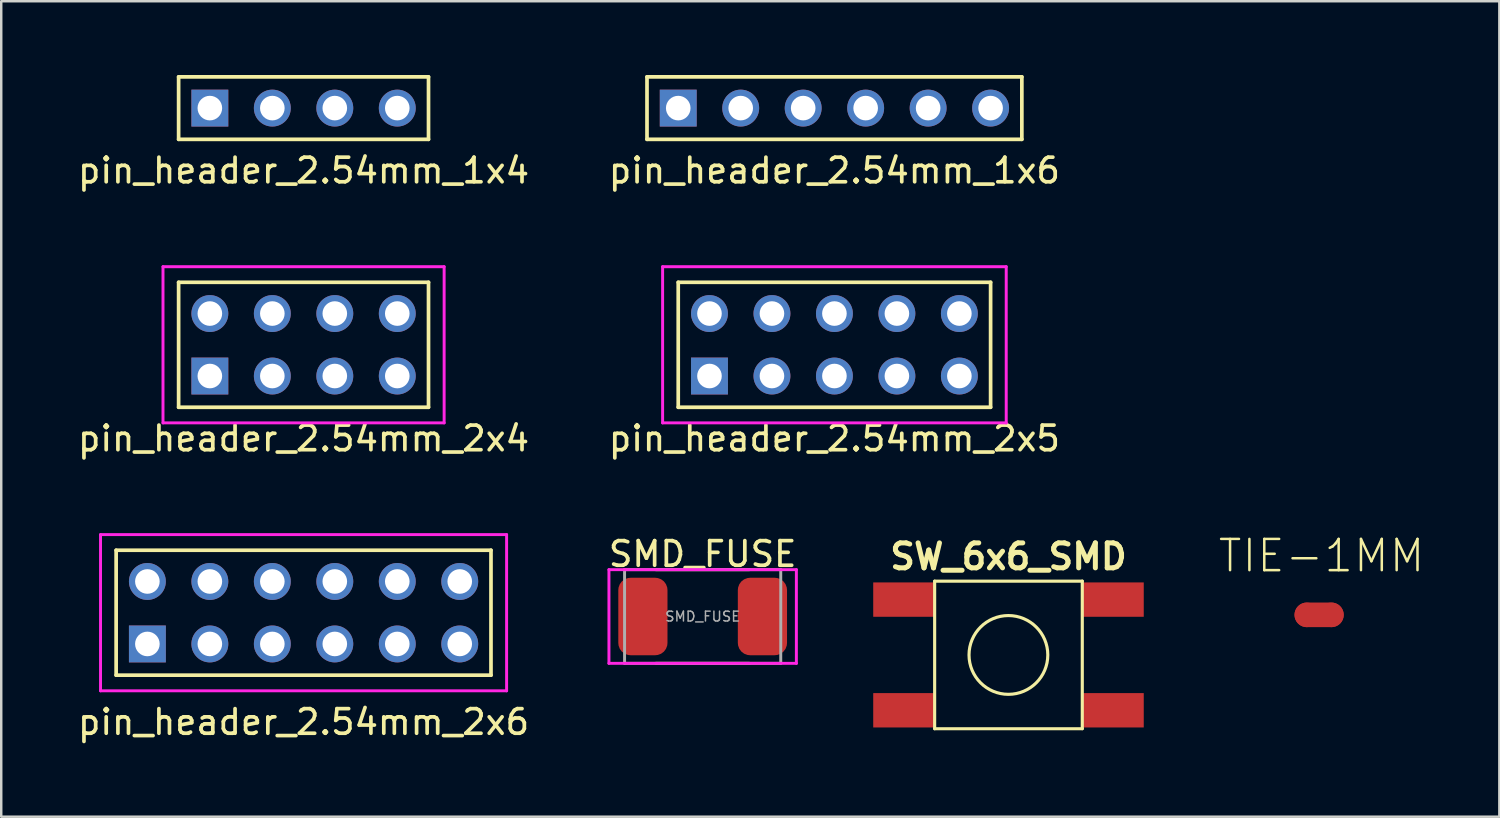
<source format=kicad_pcb>
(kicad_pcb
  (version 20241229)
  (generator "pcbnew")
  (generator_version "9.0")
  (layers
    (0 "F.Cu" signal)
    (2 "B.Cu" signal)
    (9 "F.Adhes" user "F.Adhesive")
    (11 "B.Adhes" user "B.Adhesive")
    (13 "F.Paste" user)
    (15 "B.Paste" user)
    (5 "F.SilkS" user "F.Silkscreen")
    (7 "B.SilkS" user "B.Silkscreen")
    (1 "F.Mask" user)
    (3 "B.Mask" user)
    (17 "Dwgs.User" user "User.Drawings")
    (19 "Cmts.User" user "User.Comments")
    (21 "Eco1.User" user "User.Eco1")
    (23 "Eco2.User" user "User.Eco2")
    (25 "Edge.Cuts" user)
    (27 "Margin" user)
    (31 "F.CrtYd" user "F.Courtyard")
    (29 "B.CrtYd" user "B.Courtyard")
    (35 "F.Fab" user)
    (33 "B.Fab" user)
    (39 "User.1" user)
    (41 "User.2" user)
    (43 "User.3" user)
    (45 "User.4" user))
  (footprint "SMD_FUSE"
    (layer "F.Cu")
    (at 25.518 22.015)
    (property "Reference" "SMD_FUSE" (at 0 -2.54 0) (layer "F.SilkS") (effects (font (size 1 1) (thickness 0.15))))
    (attr smd)
    (fp_line (start -1.905 1.905) (end 1.905 1.905) (stroke (width 0.12) (type solid)) (layer "F.SilkS"))
    (fp_line (start 1.905 -1.905) (end -1.905 -1.905) (stroke (width 0.12) (type solid)) (layer "F.SilkS"))
    (fp_line (start -3.81 -1.905) (end -3.81 1.905) (stroke (width 0.12) (type solid)) (layer "F.CrtYd"))
    (fp_line (start -3.81 1.905) (end 3.81 1.905) (stroke (width 0.12) (type solid)) (layer "F.CrtYd"))
    (fp_line (start -3.175 -1.905) (end -3.81 -1.905) (stroke (width 0.12) (type solid)) (layer "F.CrtYd"))
    (fp_line (start 3.81 -1.905) (end -3.175 -1.905) (stroke (width 0.12) (type solid)) (layer "F.CrtYd"))
    (fp_line (start 3.81 1.905) (end 3.81 -1.905) (stroke (width 0.12) (type solid)) (layer "F.CrtYd"))
    (fp_line (start -3.175 -1.905) (end 3.175 -1.905) (stroke (width 0.12) (type solid)) (layer "F.Fab"))
    (fp_line (start -3.175 1.905) (end -3.175 -1.905) (stroke (width 0.12) (type solid)) (layer "F.Fab"))
    (fp_line (start 3.175 -1.905) (end 3.175 1.905) (stroke (width 0.12) (type solid)) (layer "F.Fab"))
    (fp_line (start 3.175 1.905) (end -3.175 1.905) (stroke (width 0.12) (type solid)) (layer "F.Fab"))
    (fp_text user "${REFERENCE}" (at 0 0 0) (layer "F.Fab") (effects (font (size 0.4 0.4) (thickness 0.06))))
    (pad "1" smd roundrect (at -2.43 0) (size 2 3.15) (layers "F.Cu" "F.Mask" "F.Paste") (roundrect_rratio 0.25))
    (pad "2" smd roundrect (at 2.43 0) (size 2 3.15) (layers "F.Cu" "F.Mask" "F.Paste") (roundrect_rratio 0.25)))
  (footprint "SW_6x6_SMD"
    (layer "F.Cu")
    (at 37.952 23.578)
    (property "Reference" "SW_6x6_SMD" (at 0 -4 0) (layer "F.SilkS") (effects (font (size 1.016 1.016) (thickness 0.203))))
    (attr through_hole)
    (fp_line (start -3.002 -3) (end -3.002 3) (stroke (width 0.127) (type solid)) (layer "F.SilkS"))
    (fp_line (start -3 3) (end 3 3) (stroke (width 0.127) (type solid)) (layer "F.SilkS"))
    (fp_line (start 3 -3) (end -3 -3) (stroke (width 0.127) (type solid)) (layer "F.SilkS"))
    (fp_line (start 3 2.997) (end 3 -3.002) (stroke (width 0.127) (type solid)) (layer "F.SilkS"))
    (fp_circle (center -0.003 0) (end 0.998 1.25) (stroke (width 0.127) (type solid)) (fill no) (layer "F.SilkS"))
    (pad "1" smd rect (at -4.25 -2.25) (size 2.499 1.397) (layers "F.Cu" "F.Mask" "F.Paste"))
    (pad "1" smd rect (at 4.25 -2.25) (size 2.499 1.397) (layers "F.Cu" "F.Mask" "F.Paste"))
    (pad "2" smd rect (at -4.25 2.25) (size 2.499 1.397) (layers "F.Cu" "F.Mask" "F.Paste"))
    (pad "2" smd rect (at 4.25 2.25) (size 2.499 1.397) (layers "F.Cu" "F.Mask" "F.Paste")))
  (footprint "pin_header_2.54mm_2x6"
    (layer "F.Cu")
    (at 9.292 21.861)
    (property "Reference" "pin_header_2.54mm_2x6" (at 0 4.445 0) (layer "F.SilkS") (effects (font (size 1 1) (thickness 0.15))))
    (attr through_hole)
    (fp_line (start -7.62 -2.54) (end -7.62 2.54) (stroke (width 0.15) (type solid)) (layer "F.SilkS"))
    (fp_line (start -7.62 2.54) (end 7.62 2.54) (stroke (width 0.15) (type solid)) (layer "F.SilkS"))
    (fp_line (start 7.62 -2.54) (end -7.62 -2.54) (stroke (width 0.15) (type solid)) (layer "F.SilkS"))
    (fp_line (start 7.62 2.54) (end 7.62 -2.54) (stroke (width 0.15) (type solid)) (layer "F.SilkS"))
    (fp_line (start -8.255 -3.175) (end -8.255 3.175) (stroke (width 0.12) (type solid)) (layer "F.CrtYd"))
    (fp_line (start -8.255 3.175) (end 8.255 3.175) (stroke (width 0.12) (type solid)) (layer "F.CrtYd"))
    (fp_line (start 8.255 -3.175) (end -8.255 -3.175) (stroke (width 0.12) (type solid)) (layer "F.CrtYd"))
    (fp_line (start 8.255 3.175) (end 8.255 -3.175) (stroke (width 0.12) (type solid)) (layer "F.CrtYd"))
    (pad "1" thru_hole rect (at -6.35 1.27) (size 1.5 1.5) (drill 1) (layers "*.Cu" "*.Mask"))
    (pad "2" thru_hole circle (at -6.35 -1.27) (size 1.5 1.5) (drill 1) (layers "*.Cu" "*.Mask"))
    (pad "3" thru_hole circle (at -3.81 1.27) (size 1.5 1.5) (drill 1) (layers "*.Cu" "*.Mask"))
    (pad "4" thru_hole circle (at -3.81 -1.27) (size 1.5 1.5) (drill 1) (layers "*.Cu" "*.Mask"))
    (pad "5" thru_hole circle (at -1.27 1.27) (size 1.5 1.5) (drill 1) (layers "*.Cu" "*.Mask"))
    (pad "6" thru_hole circle (at -1.27 -1.27) (size 1.5 1.5) (drill 1) (layers "*.Cu" "*.Mask"))
    (pad "7" thru_hole circle (at 1.27 1.27) (size 1.5 1.5) (drill 1) (layers "*.Cu" "*.Mask"))
    (pad "8" thru_hole circle (at 1.27 -1.27) (size 1.5 1.5) (drill 1) (layers "*.Cu" "*.Mask"))
    (pad "9" thru_hole circle (at 3.81 1.27) (size 1.5 1.5) (drill 1) (layers "*.Cu" "*.Mask"))
    (pad "10" thru_hole circle (at 3.81 -1.27) (size 1.5 1.5) (drill 1) (layers "*.Cu" "*.Mask"))
    (pad "11" thru_hole circle (at 6.35 1.27) (size 1.5 1.5) (drill 1) (layers "*.Cu" "*.Mask"))
    (pad "12" thru_hole circle (at 6.35 -1.27) (size 1.5 1.5) (drill 1) (layers "*.Cu" "*.Mask")))
  (footprint "pin_header_2.54mm_2x4"
    (layer "F.Cu")
    (at 9.292 10.968)
    (property "Reference" "pin_header_2.54mm_2x4" (at 0 3.81 0) (layer "F.SilkS") (effects (font (size 1 1) (thickness 0.15))))
    (attr through_hole)
    (fp_line (start -5.08 -2.54) (end -5.08 2.54) (stroke (width 0.15) (type solid)) (layer "F.SilkS"))
    (fp_line (start -5.08 2.54) (end 5.08 2.54) (stroke (width 0.15) (type solid)) (layer "F.SilkS"))
    (fp_line (start 5.08 -2.54) (end -5.08 -2.54) (stroke (width 0.15) (type solid)) (layer "F.SilkS"))
    (fp_line (start 5.08 2.54) (end 5.08 -2.54) (stroke (width 0.15) (type solid)) (layer "F.SilkS"))
    (fp_line (start -5.715 -3.175) (end -5.715 3.175) (stroke (width 0.12) (type solid)) (layer "F.CrtYd"))
    (fp_line (start -5.715 3.175) (end 5.715 3.175) (stroke (width 0.12) (type solid)) (layer "F.CrtYd"))
    (fp_line (start 5.715 -3.175) (end -5.715 -3.175) (stroke (width 0.12) (type solid)) (layer "F.CrtYd"))
    (fp_line (start 5.715 3.175) (end 5.715 -3.175) (stroke (width 0.12) (type solid)) (layer "F.CrtYd"))
    (pad "1" thru_hole rect (at -3.81 1.27) (size 1.5 1.5) (drill 1) (layers "*.Cu" "*.Mask"))
    (pad "2" thru_hole circle (at -3.81 -1.27) (size 1.5 1.5) (drill 1) (layers "*.Cu" "*.Mask"))
    (pad "3" thru_hole circle (at -1.27 1.27) (size 1.5 1.5) (drill 1) (layers "*.Cu" "*.Mask"))
    (pad "4" thru_hole circle (at -1.27 -1.27) (size 1.5 1.5) (drill 1) (layers "*.Cu" "*.Mask"))
    (pad "5" thru_hole circle (at 1.27 1.27) (size 1.5 1.5) (drill 1) (layers "*.Cu" "*.Mask"))
    (pad "6" thru_hole circle (at 1.27 -1.27) (size 1.5 1.5) (drill 1) (layers "*.Cu" "*.Mask"))
    (pad "7" thru_hole circle (at 3.81 1.27) (size 1.5 1.5) (drill 1) (layers "*.Cu" "*.Mask"))
    (pad "8" thru_hole circle (at 3.81 -1.27) (size 1.5 1.5) (drill 1) (layers "*.Cu" "*.Mask")))
  (footprint "pin_header_2.54mm_1x4"
    (layer "F.Cu")
    (at 9.292 1.345)
    (property "Reference" "pin_header_2.54mm_1x4" (at 0 2.54 0) (layer "F.SilkS") (effects (font (size 1 1) (thickness 0.15))))
    (attr through_hole)
    (fp_line (start -5.08 -1.27) (end -5.08 1.27) (stroke (width 0.15) (type solid)) (layer "F.SilkS"))
    (fp_line (start -5.08 1.27) (end 5.08 1.27) (stroke (width 0.15) (type solid)) (layer "F.SilkS"))
    (fp_line (start 5.08 -1.27) (end -5.08 -1.27) (stroke (width 0.15) (type solid)) (layer "F.SilkS"))
    (fp_line (start 5.08 1.27) (end 5.08 -1.27) (stroke (width 0.15) (type solid)) (layer "F.SilkS"))
    (pad "1" thru_hole rect (at -3.81 0) (size 1.5 1.5) (drill 1) (layers "*.Cu" "*.Mask"))
    (pad "2" thru_hole circle (at -1.27 0) (size 1.5 1.5) (drill 1) (layers "*.Cu" "*.Mask"))
    (pad "3" thru_hole circle (at 1.27 0) (size 1.5 1.5) (drill 1) (layers "*.Cu" "*.Mask"))
    (pad "4" thru_hole circle (at 3.81 0) (size 1.5 1.5) (drill 1) (layers "*.Cu" "*.Mask")))
  (footprint "pin_header_2.54mm_1x6"
    (layer "F.Cu")
    (at 30.875 1.345)
    (property "Reference" "pin_header_2.54mm_1x6" (at 0 2.54 0) (layer "F.SilkS") (effects (font (size 1 1) (thickness 0.15))))
    (attr through_hole)
    (fp_line (start -7.62 -1.27) (end -7.62 1.27) (stroke (width 0.15) (type solid)) (layer "F.SilkS"))
    (fp_line (start -7.62 1.27) (end 7.62 1.27) (stroke (width 0.15) (type solid)) (layer "F.SilkS"))
    (fp_line (start 7.62 -1.27) (end -7.62 -1.27) (stroke (width 0.15) (type solid)) (layer "F.SilkS"))
    (fp_line (start 7.62 1.27) (end 7.62 -1.27) (stroke (width 0.15) (type solid)) (layer "F.SilkS"))
    (pad "1" thru_hole rect (at -6.35 0) (size 1.5 1.5) (drill 1) (layers "*.Cu" "*.Mask"))
    (pad "2" thru_hole circle (at -3.81 0) (size 1.5 1.5) (drill 1) (layers "*.Cu" "*.Mask"))
    (pad "3" thru_hole circle (at -1.27 0) (size 1.5 1.5) (drill 1) (layers "*.Cu" "*.Mask"))
    (pad "4" thru_hole circle (at 1.27 0) (size 1.5 1.5) (drill 1) (layers "*.Cu" "*.Mask"))
    (pad "5" thru_hole circle (at 3.81 0) (size 1.5 1.5) (drill 1) (layers "*.Cu" "*.Mask"))
    (pad "6" thru_hole circle (at 6.35 0) (size 1.5 1.5) (drill 1) (layers "*.Cu" "*.Mask")))
  (footprint "TIE-1MM"
    (layer "F.Cu")
    (at 50.581 21.948)
    (property "Reference" "TIE-1MM" (at 0.099 -2.4 0) (layer "F.SilkS") (effects (font (size 1.27 1.27) (thickness 0.102))))
    (attr through_hole)
    (fp_line (start -0.5 0) (end 0.5 0) (stroke (width 1) (type solid)) (layer "F.Cu"))
    (pad "1" connect circle (at -0.5 0) (size 1 1) (layers "F.Cu"))
    (pad "2" connect circle (at 0.5 0) (size 1 1) (layers "F.Cu")))
  (footprint "pin_header_2.54mm_2x5"
    (layer "F.Cu")
    (at 30.875 10.968)
    (property "Reference" "pin_header_2.54mm_2x5" (at 0 3.81 0) (layer "F.SilkS") (effects (font (size 1 1) (thickness 0.15))))
    (attr through_hole)
    (fp_line (start -6.35 -2.54) (end -6.35 2.54) (stroke (width 0.15) (type solid)) (layer "F.SilkS"))
    (fp_line (start -6.35 2.54) (end 6.35 2.54) (stroke (width 0.15) (type solid)) (layer "F.SilkS"))
    (fp_line (start 6.35 -2.54) (end -6.35 -2.54) (stroke (width 0.15) (type solid)) (layer "F.SilkS"))
    (fp_line (start 6.35 2.54) (end 6.35 -2.54) (stroke (width 0.15) (type solid)) (layer "F.SilkS"))
    (fp_line (start -6.985 -3.175) (end -6.985 3.175) (stroke (width 0.12) (type solid)) (layer "F.CrtYd"))
    (fp_line (start -6.985 3.175) (end 6.985 3.175) (stroke (width 0.12) (type solid)) (layer "F.CrtYd"))
    (fp_line (start 6.985 -3.175) (end -6.985 -3.175) (stroke (width 0.12) (type solid)) (layer "F.CrtYd"))
    (fp_line (start 6.985 3.175) (end 6.985 -3.175) (stroke (width 0.12) (type solid)) (layer "F.CrtYd"))
    (pad "1" thru_hole rect (at -5.08 1.27) (size 1.5 1.5) (drill 1) (layers "*.Cu" "*.Mask"))
    (pad "2" thru_hole circle (at -5.08 -1.27) (size 1.5 1.5) (drill 1) (layers "*.Cu" "*.Mask"))
    (pad "3" thru_hole circle (at -2.54 1.27) (size 1.5 1.5) (drill 1) (layers "*.Cu" "*.Mask"))
    (pad "4" thru_hole circle (at -2.54 -1.27) (size 1.5 1.5) (drill 1) (layers "*.Cu" "*.Mask"))
    (pad "5" thru_hole circle (at 0 1.27) (size 1.5 1.5) (drill 1) (layers "*.Cu" "*.Mask"))
    (pad "6" thru_hole circle (at 0 -1.27) (size 1.5 1.5) (drill 1) (layers "*.Cu" "*.Mask"))
    (pad "7" thru_hole circle (at 2.54 1.27) (size 1.5 1.5) (drill 1) (layers "*.Cu" "*.Mask"))
    (pad "8" thru_hole circle (at 2.54 -1.27) (size 1.5 1.5) (drill 1) (layers "*.Cu" "*.Mask"))
    (pad "9" thru_hole circle (at 5.08 1.27) (size 1.5 1.5) (drill 1) (layers "*.Cu" "*.Mask"))
    (pad "10" thru_hole circle (at 5.08 -1.27) (size 1.5 1.5) (drill 1) (layers "*.Cu" "*.Mask")))
  (gr_rect
    (start -3 -3)
    (end 57.909 30.155)
    (stroke (width 0.1) (type default))
    (fill no)
    (layer "Edge.Cuts")))
</source>
